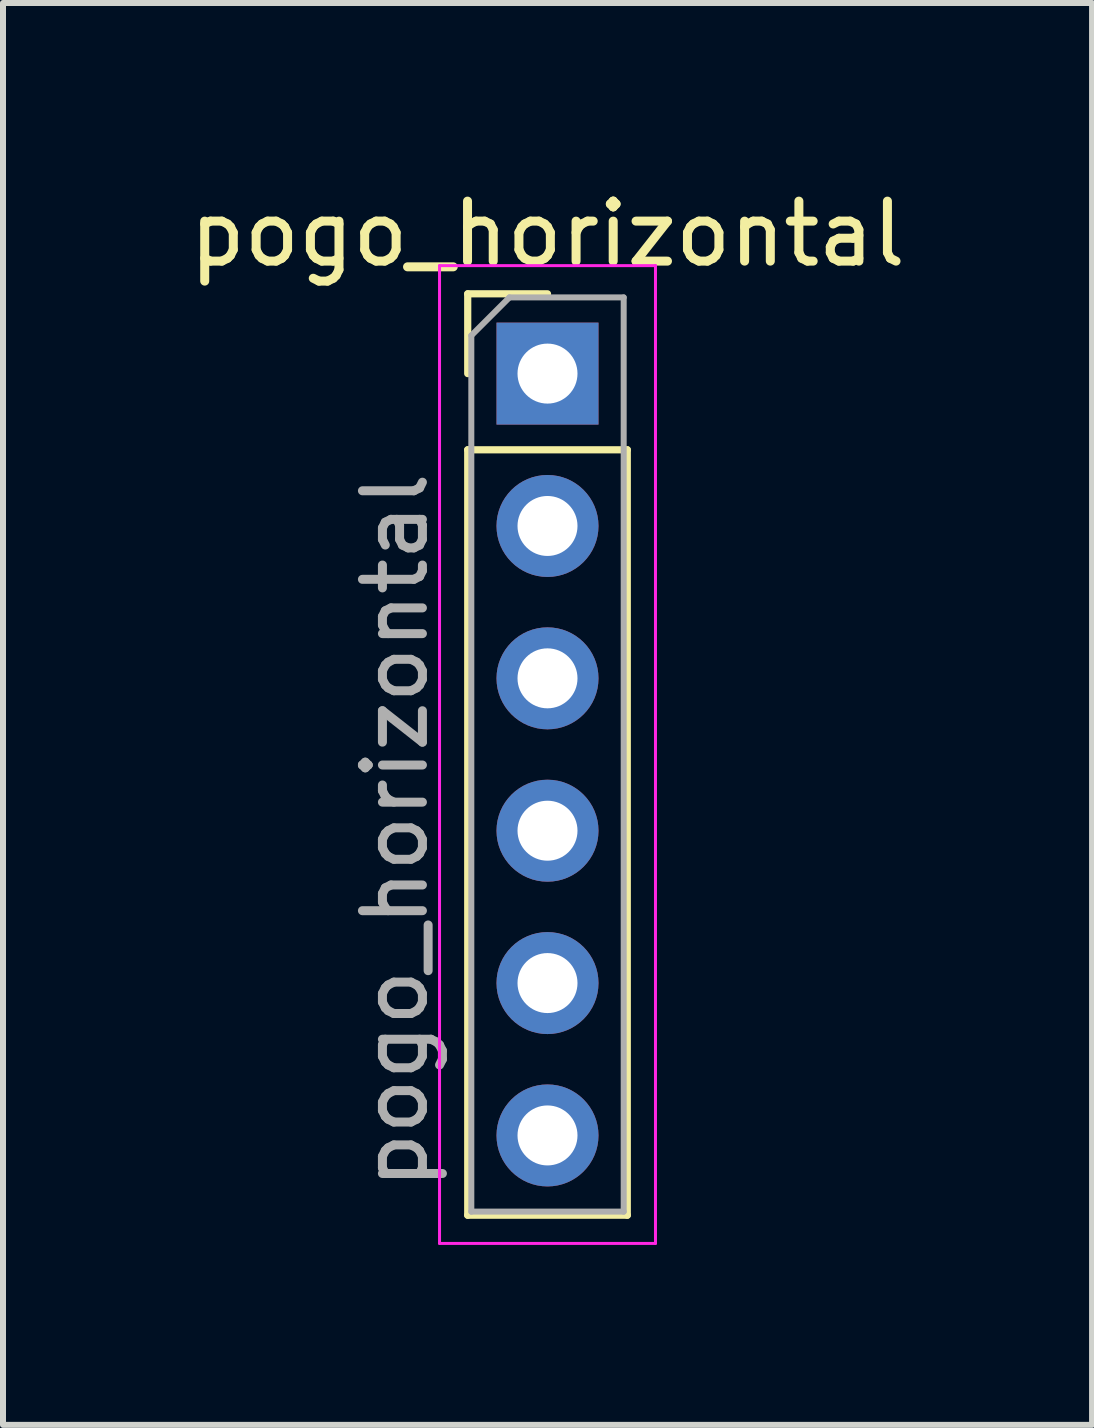
<source format=kicad_pcb>
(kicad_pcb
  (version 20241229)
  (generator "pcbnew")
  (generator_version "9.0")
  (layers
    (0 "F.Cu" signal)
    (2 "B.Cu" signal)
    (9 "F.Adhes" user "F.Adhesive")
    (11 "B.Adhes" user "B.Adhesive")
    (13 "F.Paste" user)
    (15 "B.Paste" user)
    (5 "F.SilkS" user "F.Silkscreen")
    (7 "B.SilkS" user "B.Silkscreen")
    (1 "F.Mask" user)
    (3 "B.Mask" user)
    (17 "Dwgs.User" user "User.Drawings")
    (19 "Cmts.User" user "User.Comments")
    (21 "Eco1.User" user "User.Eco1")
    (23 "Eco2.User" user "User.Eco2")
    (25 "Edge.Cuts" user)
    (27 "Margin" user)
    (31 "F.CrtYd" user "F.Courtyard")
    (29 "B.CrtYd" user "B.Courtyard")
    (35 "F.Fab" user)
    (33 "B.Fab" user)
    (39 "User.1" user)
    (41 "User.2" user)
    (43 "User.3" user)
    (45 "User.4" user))
  (footprint "pogo_horizontal"
    (layer "F.Cu")
    (at 6.077 3.178)
    (property "Reference" "pogo_horizontal" (at 0 -2.33 0) (layer "F.SilkS") (effects (font (size 1 1) (thickness 0.15))))
    (attr through_hole)
    (fp_line (start -1.33 -1.33) (end 0 -1.33) (stroke (width 0.12) (type solid)) (layer "F.SilkS"))
    (fp_line (start -1.33 0) (end -1.33 -1.33) (stroke (width 0.12) (type solid)) (layer "F.SilkS"))
    (fp_line (start -1.33 1.27) (end -1.33 14.03) (stroke (width 0.12) (type solid)) (layer "F.SilkS"))
    (fp_line (start -1.33 1.27) (end 1.33 1.27) (stroke (width 0.12) (type solid)) (layer "F.SilkS"))
    (fp_line (start -1.33 14.03) (end 1.33 14.03) (stroke (width 0.12) (type solid)) (layer "F.SilkS"))
    (fp_line (start 1.33 1.27) (end 1.33 14.03) (stroke (width 0.12) (type solid)) (layer "F.SilkS"))
    (fp_line (start -1.8 -1.8) (end -1.8 14.5) (stroke (width 0.05) (type solid)) (layer "F.CrtYd"))
    (fp_line (start -1.8 14.5) (end 1.8 14.5) (stroke (width 0.05) (type solid)) (layer "F.CrtYd"))
    (fp_line (start 1.8 -1.8) (end -1.8 -1.8) (stroke (width 0.05) (type solid)) (layer "F.CrtYd"))
    (fp_line (start 1.8 14.5) (end 1.8 -1.8) (stroke (width 0.05) (type solid)) (layer "F.CrtYd"))
    (fp_line (start -1.27 -0.635) (end -0.635 -1.27) (stroke (width 0.1) (type solid)) (layer "F.Fab"))
    (fp_line (start -1.27 13.97) (end -1.27 -0.635) (stroke (width 0.1) (type solid)) (layer "F.Fab"))
    (fp_line (start -0.635 -1.27) (end 1.27 -1.27) (stroke (width 0.1) (type solid)) (layer "F.Fab"))
    (fp_line (start 1.27 -1.27) (end 1.27 13.97) (stroke (width 0.1) (type solid)) (layer "F.Fab"))
    (fp_line (start 1.27 13.97) (end -1.27 13.97) (stroke (width 0.1) (type solid)) (layer "F.Fab"))
    (fp_text user "${REFERENCE}" (at -2.54 7.62 90) (layer "F.Fab") (effects (font (size 1 1) (thickness 0.15))))
    (pad "1" thru_hole rect (at 0 0) (size 1.7 1.7) (drill 1) (layers "*.Cu" "*.Mask"))
    (pad "1" thru_hole oval (at 0 2.54) (size 1.7 1.7) (drill 1) (layers "*.Cu" "*.Mask"))
    (pad "1" thru_hole oval (at 0 5.08) (size 1.7 1.7) (drill 1) (layers "*.Cu" "*.Mask"))
    (pad "1" thru_hole oval (at 0 7.62) (size 1.7 1.7) (drill 1) (layers "*.Cu" "*.Mask"))
    (pad "1" thru_hole oval (at 0 10.16) (size 1.7 1.7) (drill 1) (layers "*.Cu" "*.Mask"))
    (pad "1" thru_hole oval (at 0 12.7) (size 1.7 1.7) (drill 1) (layers "*.Cu" "*.Mask")))
  (gr_rect
    (start -3 -3)
    (end 15.155 20.703)
    (stroke (width 0.1) (type default))
    (fill no)
    (layer "Edge.Cuts")))
</source>
